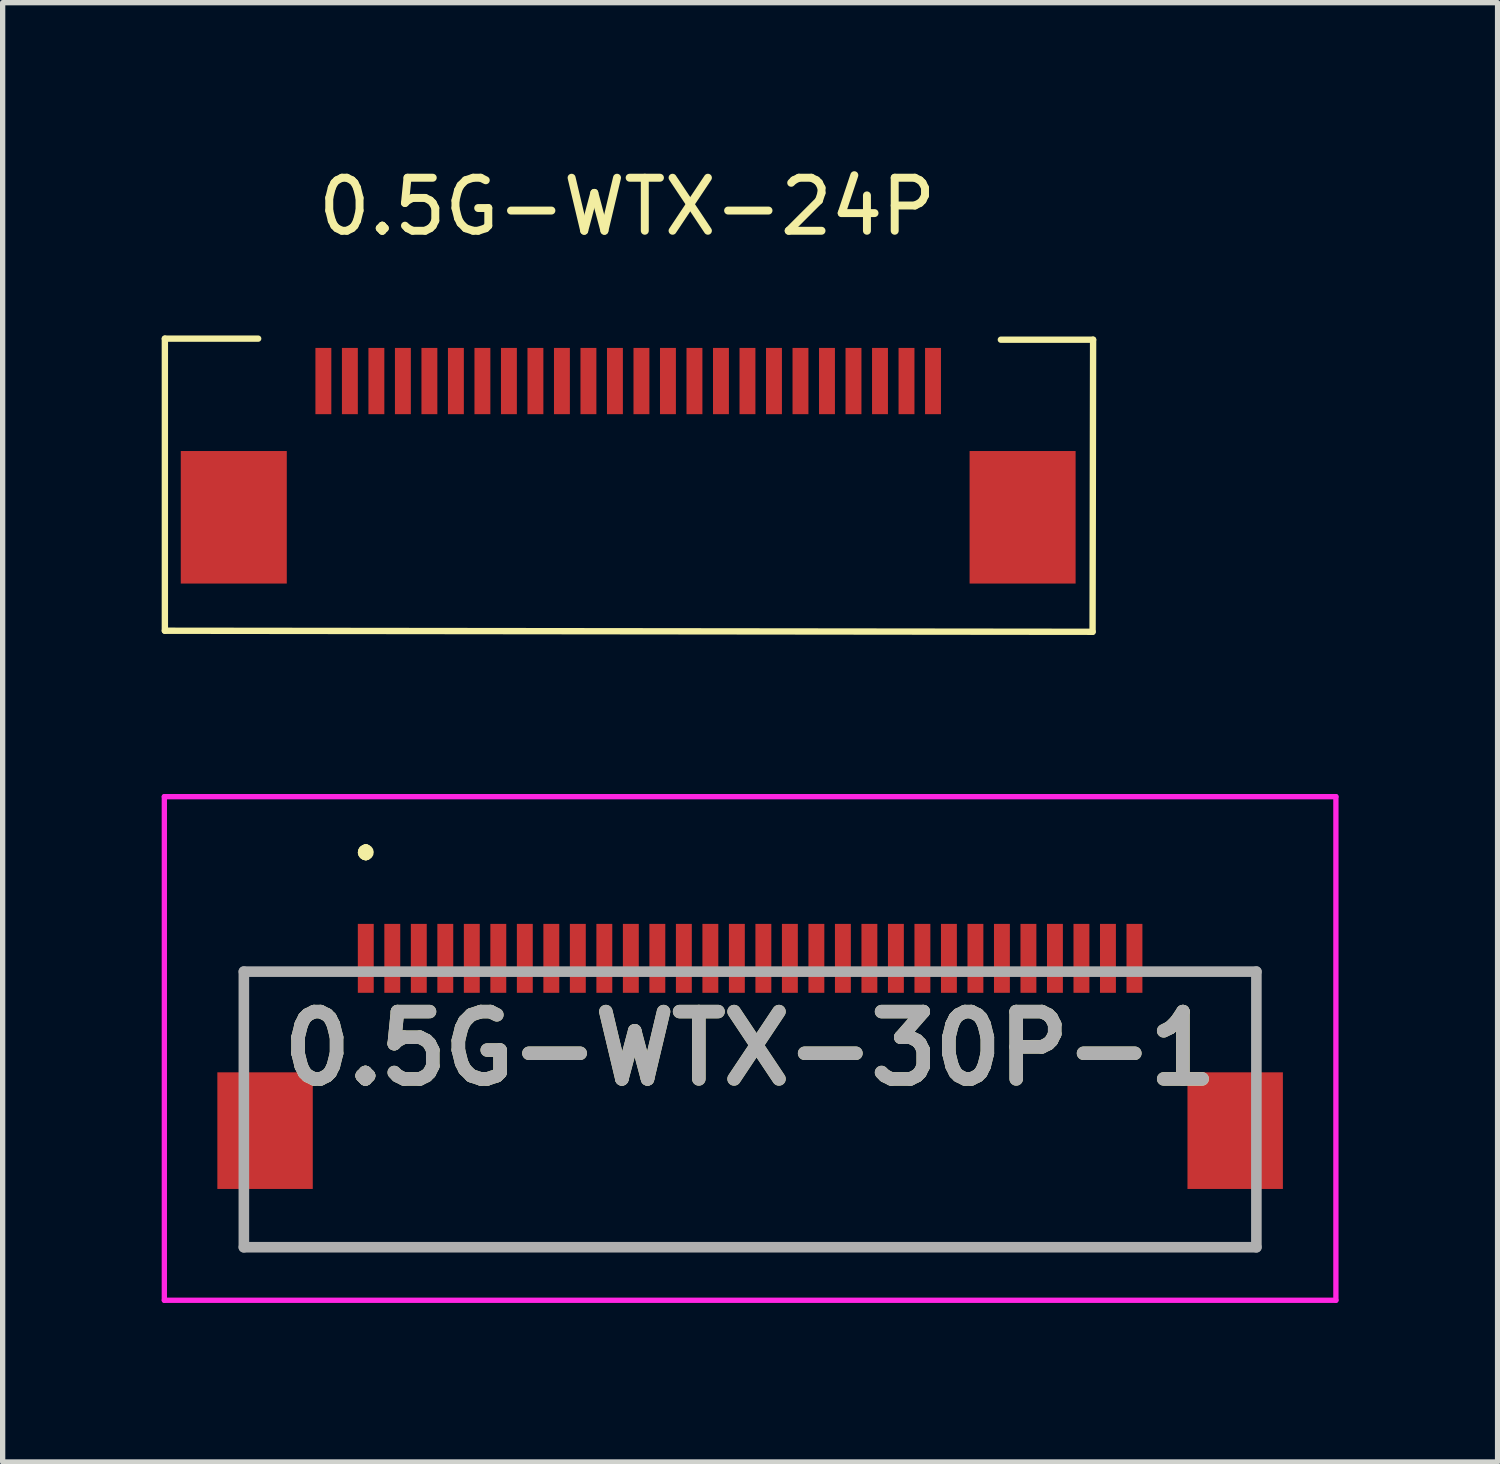
<source format=kicad_pcb>
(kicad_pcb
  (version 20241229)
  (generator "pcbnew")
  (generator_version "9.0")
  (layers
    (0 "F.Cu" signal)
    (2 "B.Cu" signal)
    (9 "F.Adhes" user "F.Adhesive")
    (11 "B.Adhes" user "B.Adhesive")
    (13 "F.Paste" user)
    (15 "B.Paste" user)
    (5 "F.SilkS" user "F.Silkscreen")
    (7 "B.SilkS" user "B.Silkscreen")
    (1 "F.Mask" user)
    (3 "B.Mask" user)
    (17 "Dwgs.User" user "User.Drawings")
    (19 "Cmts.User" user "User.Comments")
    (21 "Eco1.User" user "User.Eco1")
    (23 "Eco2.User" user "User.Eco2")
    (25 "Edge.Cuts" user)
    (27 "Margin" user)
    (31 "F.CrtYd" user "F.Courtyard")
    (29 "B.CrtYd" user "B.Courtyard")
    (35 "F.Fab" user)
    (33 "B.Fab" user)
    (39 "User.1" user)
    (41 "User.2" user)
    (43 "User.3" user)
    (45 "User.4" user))
  (footprint "0.5G-WTX-30P-1"
    (layer "F.Cu")
    (at 11.1 17.878)
    (property "Reference" "0.5G-WTX-30P-1" (at 0 -1.15 0) (layer "F.SilkS") (effects (font (size 1.27 1.27) (thickness 0.254))))
    (attr smd)
    (fp_line (start -9.55 -2.6) (end -9.55 -2.6) (stroke (width 0.1) (type solid)) (layer "F.SilkS"))
    (fp_line (start -9.55 -2.6) (end -9.55 -1.35) (stroke (width 0.1) (type solid)) (layer "F.SilkS"))
    (fp_line (start -9.55 -1.35) (end -9.55 -2.6) (stroke (width 0.1) (type solid)) (layer "F.SilkS"))
    (fp_line (start -9.55 -1.35) (end -9.55 -1.35) (stroke (width 0.1) (type solid)) (layer "F.SilkS"))
    (fp_line (start -9.55 2.15) (end -9.55 2.15) (stroke (width 0.1) (type solid)) (layer "F.SilkS"))
    (fp_line (start -9.55 2.15) (end -9.55 2.6) (stroke (width 0.1) (type solid)) (layer "F.SilkS"))
    (fp_line (start -9.55 2.6) (end -9.55 2.15) (stroke (width 0.1) (type solid)) (layer "F.SilkS"))
    (fp_line (start -9.55 2.6) (end -9.55 2.6) (stroke (width 0.1) (type solid)) (layer "F.SilkS"))
    (fp_line (start -9.55 2.6) (end -9.55 2.6) (stroke (width 0.1) (type solid)) (layer "F.SilkS"))
    (fp_line (start -9.55 2.6) (end 9.55 2.6) (stroke (width 0.1) (type solid)) (layer "F.SilkS"))
    (fp_line (start -9.5 -2.6) (end -9.5 -2.6) (stroke (width 0.1) (type solid)) (layer "F.SilkS"))
    (fp_line (start -9.5 -2.6) (end -8 -2.6) (stroke (width 0.1) (type solid)) (layer "F.SilkS"))
    (fp_line (start -8 -2.6) (end -9.5 -2.6) (stroke (width 0.1) (type solid)) (layer "F.SilkS"))
    (fp_line (start -8 -2.6) (end -8 -2.6) (stroke (width 0.1) (type solid)) (layer "F.SilkS"))
    (fp_line (start -7.25 -4.9) (end -7.25 -4.9) (stroke (width 0.2) (type solid)) (layer "F.SilkS"))
    (fp_line (start -7.25 -4.9) (end -7.25 -4.9) (stroke (width 0.2) (type solid)) (layer "F.SilkS"))
    (fp_line (start -7.25 -4.8) (end -7.25 -4.8) (stroke (width 0.2) (type solid)) (layer "F.SilkS"))
    (fp_line (start 8 -2.6) (end 8 -2.6) (stroke (width 0.1) (type solid)) (layer "F.SilkS"))
    (fp_line (start 8 -2.6) (end 9.55 -2.6) (stroke (width 0.1) (type solid)) (layer "F.SilkS"))
    (fp_line (start 9.55 -2.6) (end 8 -2.6) (stroke (width 0.1) (type solid)) (layer "F.SilkS"))
    (fp_line (start 9.55 -2.6) (end 9.55 -2.6) (stroke (width 0.1) (type solid)) (layer "F.SilkS"))
    (fp_line (start 9.55 -2.6) (end 9.55 -2.6) (stroke (width 0.1) (type solid)) (layer "F.SilkS"))
    (fp_line (start 9.55 -2.6) (end 9.55 -1.35) (stroke (width 0.1) (type solid)) (layer "F.SilkS"))
    (fp_line (start 9.55 -1.35) (end 9.55 -2.6) (stroke (width 0.1) (type solid)) (layer "F.SilkS"))
    (fp_line (start 9.55 -1.35) (end 9.55 -1.35) (stroke (width 0.1) (type solid)) (layer "F.SilkS"))
    (fp_line (start 9.55 2.15) (end 9.55 2.15) (stroke (width 0.1) (type solid)) (layer "F.SilkS"))
    (fp_line (start 9.55 2.15) (end 9.55 2.6) (stroke (width 0.1) (type solid)) (layer "F.SilkS"))
    (fp_line (start 9.55 2.6) (end -9.55 2.6) (stroke (width 0.1) (type solid)) (layer "F.SilkS"))
    (fp_line (start 9.55 2.6) (end 9.55 2.15) (stroke (width 0.1) (type solid)) (layer "F.SilkS"))
    (fp_line (start 9.55 2.6) (end 9.55 2.6) (stroke (width 0.1) (type solid)) (layer "F.SilkS"))
    (fp_line (start 9.55 2.6) (end 9.55 2.6) (stroke (width 0.1) (type solid)) (layer "F.SilkS"))
    (fp_arc (start -7.25 -4.9) (mid -7.2 -4.85) (end -7.25 -4.8) (stroke (width 0.2) (type solid)) (layer "F.SilkS"))
    (fp_arc (start -7.25 -4.8) (mid -7.3 -4.85) (end -7.25 -4.9) (stroke (width 0.2) (type solid)) (layer "F.SilkS"))
    (fp_arc (start -7.25 -4.8) (mid -7.3 -4.85) (end -7.25 -4.9) (stroke (width 0.2) (type solid)) (layer "F.SilkS"))
    (fp_line (start -11.05 -5.9) (end 11.05 -5.9) (stroke (width 0.1) (type solid)) (layer "F.CrtYd"))
    (fp_line (start -11.05 3.6) (end -11.05 -5.9) (stroke (width 0.1) (type solid)) (layer "F.CrtYd"))
    (fp_line (start 11.05 -5.9) (end 11.05 3.6) (stroke (width 0.1) (type solid)) (layer "F.CrtYd"))
    (fp_line (start 11.05 3.6) (end -11.05 3.6) (stroke (width 0.1) (type solid)) (layer "F.CrtYd"))
    (fp_line (start -9.55 -2.6) (end -9.55 2.6) (stroke (width 0.2) (type solid)) (layer "F.Fab"))
    (fp_line (start -9.55 2.6) (end 9.55 2.6) (stroke (width 0.2) (type solid)) (layer "F.Fab"))
    (fp_line (start 9.55 -2.6) (end -9.55 -2.6) (stroke (width 0.2) (type solid)) (layer "F.Fab"))
    (fp_line (start 9.55 2.6) (end 9.55 -2.6) (stroke (width 0.2) (type solid)) (layer "F.Fab"))
    (fp_text user "${REFERENCE}" (at 0 -1.15 0) (layer "F.Fab") (effects (font (size 1.27 1.27) (thickness 0.254))))
    (pad "1" smd rect (at -7.25 -2.85) (size 0.3 1.3) (layers "F.Cu" "F.Mask" "F.Paste"))
    (pad "2" smd rect (at -6.75 -2.85) (size 0.3 1.3) (layers "F.Cu" "F.Mask" "F.Paste"))
    (pad "3" smd rect (at -6.25 -2.85) (size 0.3 1.3) (layers "F.Cu" "F.Mask" "F.Paste"))
    (pad "4" smd rect (at -5.75 -2.85) (size 0.3 1.3) (layers "F.Cu" "F.Mask" "F.Paste"))
    (pad "5" smd rect (at -5.25 -2.85) (size 0.3 1.3) (layers "F.Cu" "F.Mask" "F.Paste"))
    (pad "6" smd rect (at -4.75 -2.85) (size 0.3 1.3) (layers "F.Cu" "F.Mask" "F.Paste"))
    (pad "7" smd rect (at -4.25 -2.85) (size 0.3 1.3) (layers "F.Cu" "F.Mask" "F.Paste"))
    (pad "8" smd rect (at -3.75 -2.85) (size 0.3 1.3) (layers "F.Cu" "F.Mask" "F.Paste"))
    (pad "9" smd rect (at -3.25 -2.85) (size 0.3 1.3) (layers "F.Cu" "F.Mask" "F.Paste"))
    (pad "10" smd rect (at -2.75 -2.85) (size 0.3 1.3) (layers "F.Cu" "F.Mask" "F.Paste"))
    (pad "11" smd rect (at -2.25 -2.85) (size 0.3 1.3) (layers "F.Cu" "F.Mask" "F.Paste"))
    (pad "12" smd rect (at -1.75 -2.85) (size 0.3 1.3) (layers "F.Cu" "F.Mask" "F.Paste"))
    (pad "13" smd rect (at -1.25 -2.85) (size 0.3 1.3) (layers "F.Cu" "F.Mask" "F.Paste"))
    (pad "14" smd rect (at -0.75 -2.85) (size 0.3 1.3) (layers "F.Cu" "F.Mask" "F.Paste"))
    (pad "15" smd rect (at -0.25 -2.85) (size 0.3 1.3) (layers "F.Cu" "F.Mask" "F.Paste"))
    (pad "16" smd rect (at 0.25 -2.85) (size 0.3 1.3) (layers "F.Cu" "F.Mask" "F.Paste"))
    (pad "17" smd rect (at 0.75 -2.85) (size 0.3 1.3) (layers "F.Cu" "F.Mask" "F.Paste"))
    (pad "18" smd rect (at 1.25 -2.85) (size 0.3 1.3) (layers "F.Cu" "F.Mask" "F.Paste"))
    (pad "19" smd rect (at 1.75 -2.85) (size 0.3 1.3) (layers "F.Cu" "F.Mask" "F.Paste"))
    (pad "20" smd rect (at 2.25 -2.85) (size 0.3 1.3) (layers "F.Cu" "F.Mask" "F.Paste"))
    (pad "21" smd rect (at 2.75 -2.85) (size 0.3 1.3) (layers "F.Cu" "F.Mask" "F.Paste"))
    (pad "22" smd rect (at 3.25 -2.85) (size 0.3 1.3) (layers "F.Cu" "F.Mask" "F.Paste"))
    (pad "23" smd rect (at 3.75 -2.85) (size 0.3 1.3) (layers "F.Cu" "F.Mask" "F.Paste"))
    (pad "24" smd rect (at 4.25 -2.85) (size 0.3 1.3) (layers "F.Cu" "F.Mask" "F.Paste"))
    (pad "25" smd rect (at 4.75 -2.85) (size 0.3 1.3) (layers "F.Cu" "F.Mask" "F.Paste"))
    (pad "26" smd rect (at 5.25 -2.85) (size 0.3 1.3) (layers "F.Cu" "F.Mask" "F.Paste"))
    (pad "27" smd rect (at 5.75 -2.85) (size 0.3 1.3) (layers "F.Cu" "F.Mask" "F.Paste"))
    (pad "28" smd rect (at 6.25 -2.85) (size 0.3 1.3) (layers "F.Cu" "F.Mask" "F.Paste"))
    (pad "29" smd rect (at 6.75 -2.85) (size 0.3 1.3) (layers "F.Cu" "F.Mask" "F.Paste"))
    (pad "30" smd rect (at 7.25 -2.85) (size 0.3 1.3) (layers "F.Cu" "F.Mask" "F.Paste"))
    (pad "MP1" smd rect (at -9.15 0.4) (size 1.8 2.2) (layers "F.Cu" "F.Mask" "F.Paste"))
    (pad "MP2" smd rect (at 9.15 0.4) (size 1.8 2.2) (layers "F.Cu" "F.Mask" "F.Paste")))
  (footprint "0.5G-WTX-24P"
    (layer "F.Cu")
    (at 8.79 4.138)
    (property "Reference" "0.5G-WTX-24P" (at -0.01 -3.29 0) (layer "F.SilkS") (effects (font (size 1 1) (thickness 0.15))))
    (attr through_hole)
    (fp_line (start -8.73 -0.8) (end -6.97 -0.8) (stroke (width 0.12) (type solid)) (layer "F.SilkS"))
    (fp_line (start -8.73 4.71) (end -8.73 -0.8) (stroke (width 0.12) (type solid)) (layer "F.SilkS"))
    (fp_line (start -8.73 4.71) (end 8.77 4.73) (stroke (width 0.12) (type solid)) (layer "F.SilkS"))
    (fp_line (start 8.77 4.73) (end 8.78 -0.78) (stroke (width 0.12) (type solid)) (layer "F.SilkS"))
    (fp_line (start 8.78 -0.78) (end 7.04 -0.78) (stroke (width 0.12) (type solid)) (layer "F.SilkS"))
    (pad "1" smd rect (at -5.74 0) (size 0.3 1.25) (layers "F.Cu" "F.Mask" "F.Paste"))
    (pad "2" smd rect (at -5.24 0) (size 0.3 1.25) (layers "F.Cu" "F.Mask" "F.Paste"))
    (pad "3" smd rect (at -4.74 0) (size 0.3 1.25) (layers "F.Cu" "F.Mask" "F.Paste"))
    (pad "4" smd rect (at -4.24 0) (size 0.3 1.25) (layers "F.Cu" "F.Mask" "F.Paste"))
    (pad "5" smd rect (at -3.74 0) (size 0.3 1.25) (layers "F.Cu" "F.Mask" "F.Paste"))
    (pad "6" smd rect (at -3.24 0) (size 0.3 1.25) (layers "F.Cu" "F.Mask" "F.Paste"))
    (pad "7" smd rect (at -2.74 0) (size 0.3 1.25) (layers "F.Cu" "F.Mask" "F.Paste"))
    (pad "8" smd rect (at -2.24 0) (size 0.3 1.25) (layers "F.Cu" "F.Mask" "F.Paste"))
    (pad "9" smd rect (at -1.74 0) (size 0.3 1.25) (layers "F.Cu" "F.Mask" "F.Paste"))
    (pad "10" smd rect (at -1.24 0) (size 0.3 1.25) (layers "F.Cu" "F.Mask" "F.Paste"))
    (pad "11" smd rect (at -0.74 0) (size 0.3 1.25) (layers "F.Cu" "F.Mask" "F.Paste"))
    (pad "12" smd rect (at -0.24 0) (size 0.3 1.25) (layers "F.Cu" "F.Mask" "F.Paste"))
    (pad "13" smd rect (at 0.26 0) (size 0.3 1.25) (layers "F.Cu" "F.Mask" "F.Paste"))
    (pad "14" smd rect (at 0.76 0) (size 0.3 1.25) (layers "F.Cu" "F.Mask" "F.Paste"))
    (pad "15" smd rect (at 1.26 0) (size 0.3 1.25) (layers "F.Cu" "F.Mask" "F.Paste"))
    (pad "16" smd rect (at 1.76 0) (size 0.3 1.25) (layers "F.Cu" "F.Mask" "F.Paste"))
    (pad "17" smd rect (at 2.26 0) (size 0.3 1.25) (layers "F.Cu" "F.Mask" "F.Paste"))
    (pad "18" smd rect (at 2.76 0) (size 0.3 1.25) (layers "F.Cu" "F.Mask" "F.Paste"))
    (pad "19" smd rect (at 3.26 0) (size 0.3 1.25) (layers "F.Cu" "F.Mask" "F.Paste"))
    (pad "20" smd rect (at 3.76 0) (size 0.3 1.25) (layers "F.Cu" "F.Mask" "F.Paste"))
    (pad "21" smd rect (at 4.26 0) (size 0.3 1.25) (layers "F.Cu" "F.Mask" "F.Paste"))
    (pad "22" smd rect (at 4.76 0) (size 0.3 1.25) (layers "F.Cu" "F.Mask" "F.Paste"))
    (pad "23" smd rect (at 5.26 0) (size 0.3 1.25) (layers "F.Cu" "F.Mask" "F.Paste"))
    (pad "24" smd rect (at 5.76 0) (size 0.3 1.25) (layers "F.Cu" "F.Mask" "F.Paste"))
    (pad "PAD" smd rect (at -7.43 2.57) (size 2 2.5) (layers "F.Cu" "F.Mask" "F.Paste"))
    (pad "PAD" smd rect (at 7.45 2.57) (size 2 2.5) (layers "F.Cu" "F.Mask" "F.Paste")))
  (gr_rect
    (start -3 -3)
    (end 25.2 24.528)
    (stroke (width 0.1) (type default))
    (fill no)
    (layer "Edge.Cuts")))
</source>
